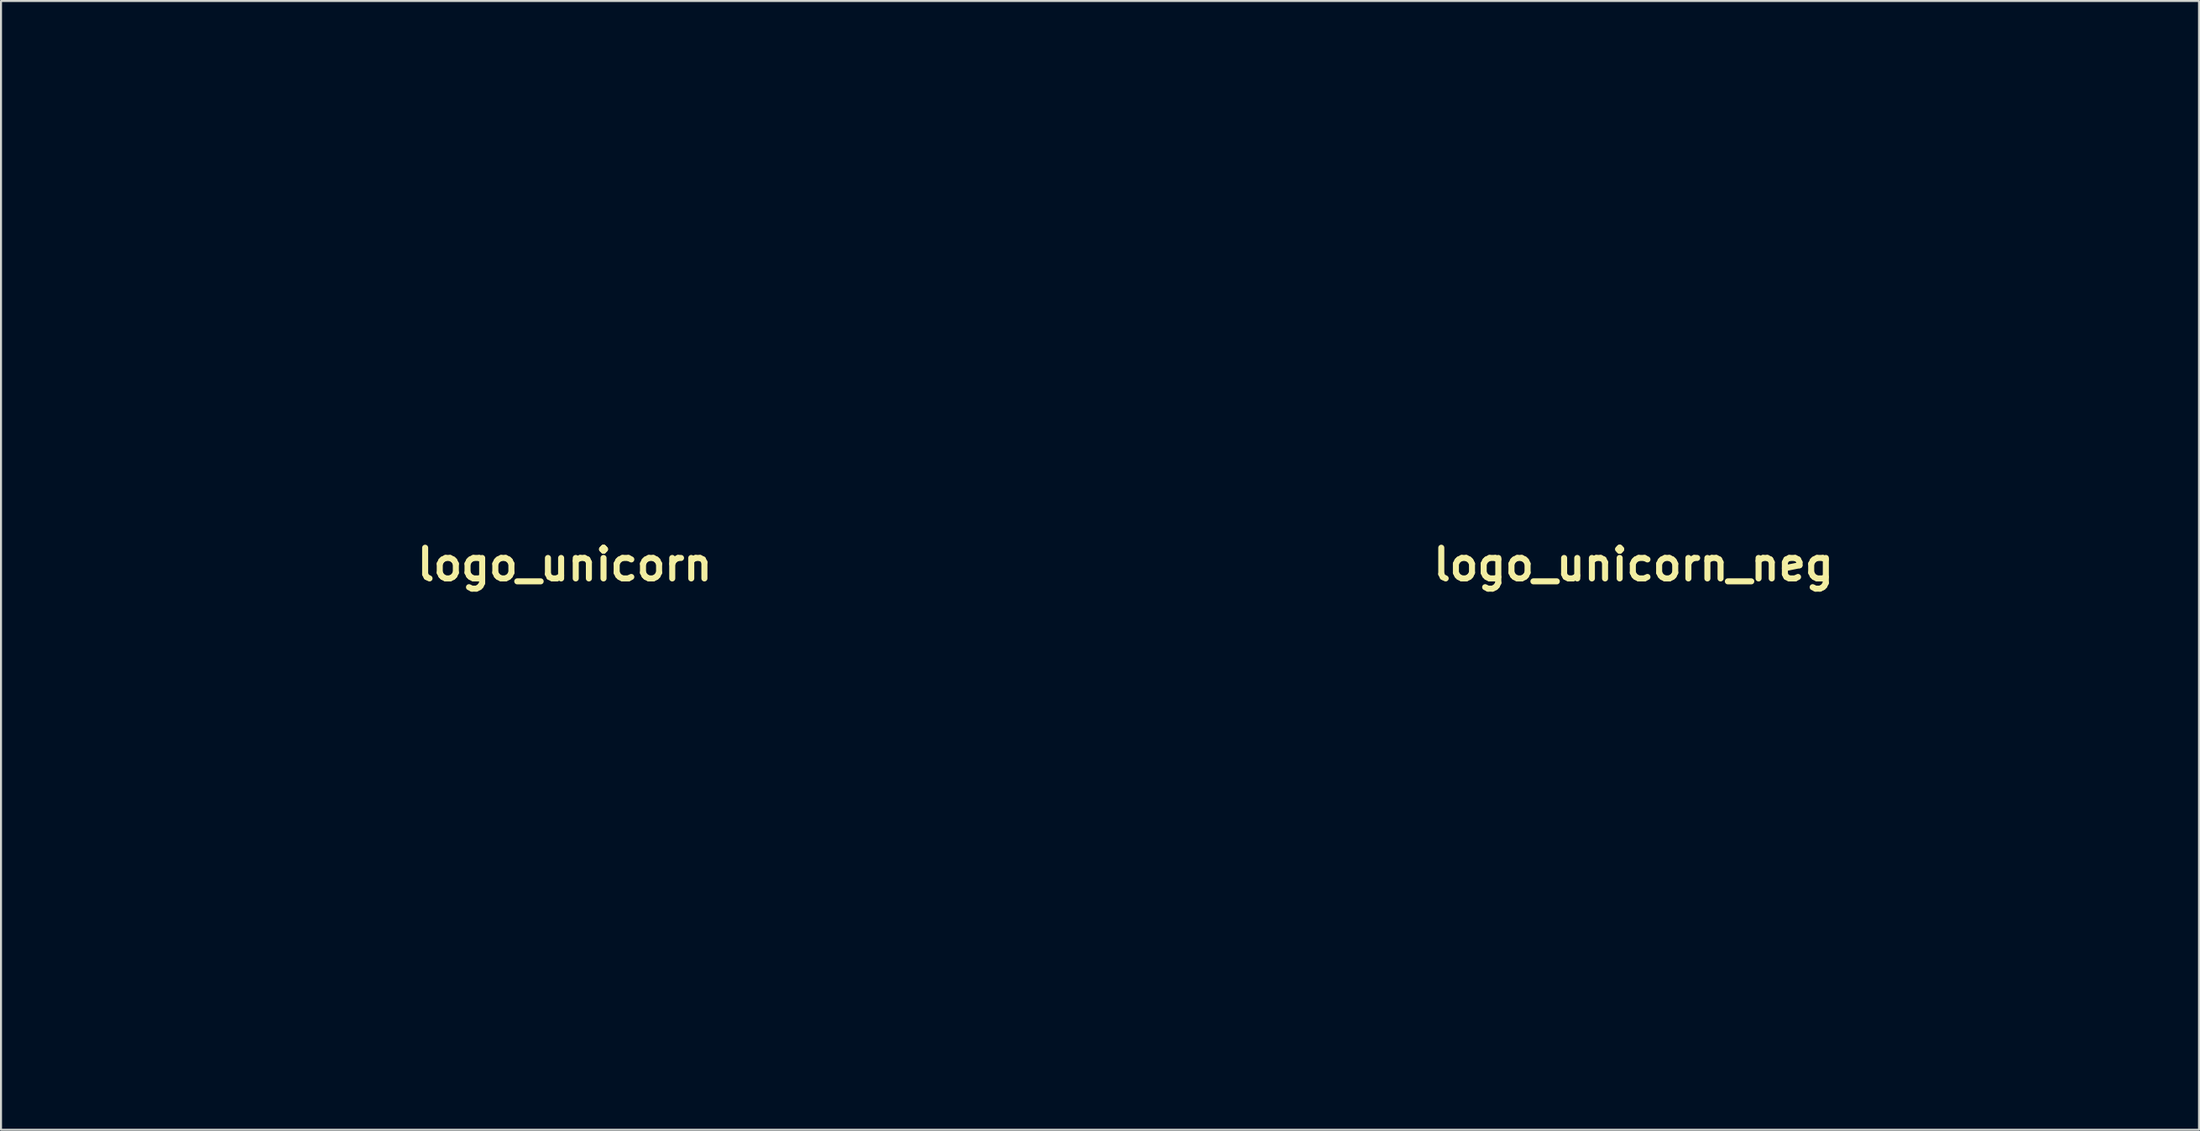
<source format=kicad_pcb>
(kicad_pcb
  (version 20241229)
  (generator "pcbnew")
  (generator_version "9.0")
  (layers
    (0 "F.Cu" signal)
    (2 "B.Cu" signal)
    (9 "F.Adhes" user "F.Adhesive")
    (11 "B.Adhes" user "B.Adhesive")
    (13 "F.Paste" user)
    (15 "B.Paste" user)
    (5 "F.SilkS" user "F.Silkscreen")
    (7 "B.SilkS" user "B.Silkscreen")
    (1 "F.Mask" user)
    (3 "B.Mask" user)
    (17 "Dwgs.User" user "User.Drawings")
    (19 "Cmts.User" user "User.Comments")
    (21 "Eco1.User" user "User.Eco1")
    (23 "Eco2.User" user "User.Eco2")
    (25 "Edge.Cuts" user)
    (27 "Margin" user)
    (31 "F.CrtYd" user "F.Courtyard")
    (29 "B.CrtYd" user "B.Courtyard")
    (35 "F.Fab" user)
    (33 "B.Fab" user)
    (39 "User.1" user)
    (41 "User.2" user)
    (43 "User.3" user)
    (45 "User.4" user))
  (footprint "logo_unicorn_neg"
    (layer "F.Cu")
    (at 78.03 24.982)
    (property "Reference" "logo_unicorn_neg" (at 0 0 0) (layer "F.SilkS") (effects (font (size 1.524 1.524) (thickness 0.3))))
    (attr through_hole)
    (fp_poly (pts (xy 11.251 -5.464) (xy 11.337 -5.349) (xy 11.411 -5.141) (xy 11.481 -4.829) (xy 11.538 -4.473) (xy 11.573 -4.131) (xy 11.578 -3.864) (xy 11.567 -3.775) (xy 11.499 -3.623) (xy 11.361 -3.563) (xy 11.217 -3.556) (xy 11.017 -3.572) (xy 10.932 -3.647) (xy 10.912 -3.789) (xy 10.906 -4.3) (xy 10.931 -4.741) (xy 10.983 -5.096) (xy 11.056 -5.346) (xy 11.147 -5.474) (xy 11.251 -5.464)) (stroke (width 0.01) (type solid)) (fill yes) (layer "F.Mask"))
    (fp_poly (pts (xy 25.061 25.061) (xy -24.977 25.061) (xy -24.977 17.926) (xy -16.41 17.926) (xy -16.342 17.949) (xy -16.334 17.949) (xy -16.184 17.896) (xy -15.94 17.75) (xy -15.631 17.534) (xy -15.288 17.27) (xy -14.941 16.98) (xy -14.678 16.741) (xy -14.08 16.065) (xy -13.628 15.309) (xy -13.332 14.52) (xy -13.172 14.001) (xy -13.034 13.643) (xy -12.914 13.437) (xy -12.818 13.377) (xy -12.728 13.448) (xy -12.707 13.661) (xy -12.753 14.022) (xy -12.828 14.374) (xy -12.989 14.913) (xy -13.225 15.447) (xy -13.548 15.996) (xy -13.973 16.583) (xy -14.513 17.23) (xy -14.981 17.744) (xy -15.393 18.192) (xy -15.7 18.55) (xy -15.919 18.844) (xy -16.066 19.103) (xy -16.159 19.353) (xy -16.213 19.621) (xy -16.232 19.775) (xy -16.247 20.073) (xy -16.209 20.211) (xy -16.11 20.193) (xy -15.946 20.022) (xy -15.882 19.941) (xy -15.639 19.684) (xy -15.309 19.451) (xy -14.867 19.228) (xy -14.287 18.998) (xy -14.182 18.96) (xy -13.776 18.805) (xy -13.292 18.6) (xy -12.802 18.377) (xy -12.51 18.235) (xy -12.16 18.065) (xy -11.872 17.935) (xy -11.676 17.858) (xy -11.599 17.846) (xy -11.599 17.847) (xy -11.654 17.998) (xy -11.805 18.242) (xy -12.029 18.551) (xy -12.306 18.894) (xy -12.614 19.243) (xy -12.705 19.34) (xy -12.943 19.601) (xy -13.115 19.811) (xy -13.202 19.945) (xy -13.198 19.981) (xy -13.013 19.937) (xy -12.731 19.817) (xy -12.392 19.644) (xy -12.037 19.441) (xy -11.708 19.228) (xy -11.529 19.096) (xy -10.923 18.524) (xy -10.395 17.837) (xy -10.089 17.307) (xy -9.816 16.707) (xy -9.619 16.127) (xy -9.49 15.527) (xy -9.423 14.867) (xy -9.41 14.106) (xy -9.425 13.611) (xy -9.438 13.173) (xy -9.442 12.802) (xy -9.435 12.528) (xy -9.419 12.379) (xy -9.408 12.361) (xy -9.29 12.43) (xy -9.137 12.605) (xy -8.986 12.841) (xy -8.973 12.867) (xy -8.923 13.037) (xy -8.874 13.331) (xy -8.833 13.7) (xy -8.814 13.967) (xy -8.785 14.345) (xy -8.747 14.639) (xy -8.707 14.819) (xy -8.678 14.859) (xy -8.599 14.777) (xy -8.519 14.54) (xy -8.44 14.164) (xy -8.366 13.664) (xy -8.3 13.054) (xy -8.291 12.948) (xy -8.25 12.332) (xy -8.248 11.757) (xy -8.286 11.183) (xy -8.371 10.571) (xy -8.505 9.883) (xy -8.694 9.079) (xy -8.72 8.975) (xy -8.901 8.236) (xy -9.034 7.642) (xy -9.123 7.178) (xy -9.169 6.827) (xy -9.176 6.573) (xy -9.147 6.4) (xy -9.142 6.388) (xy -9.053 6.225) (xy -8.954 6.205) (xy -8.831 6.335) (xy -8.677 6.607) (xy -8.498 6.942) (xy -8.285 7.3) (xy -8.024 7.706) (xy -7.699 8.183) (xy -7.294 8.754) (xy -6.981 9.186) (xy -6.57 9.752) (xy -6.249 10.203) (xy -6.007 10.56) (xy -5.833 10.844) (xy -5.715 11.076) (xy -5.642 11.276) (xy -5.604 11.466) (xy -5.59 11.667) (xy -5.588 11.838) (xy -5.623 12.349) (xy -5.742 12.831) (xy -5.808 13.014) (xy -5.991 13.518) (xy -6.106 13.917) (xy -6.159 14.257) (xy -6.156 14.587) (xy -6.103 14.951) (xy -6.08 15.069) (xy -6.027 15.307) (xy -5.964 15.542) (xy -5.883 15.798) (xy -5.775 16.099) (xy -5.631 16.469) (xy -5.442 16.933) (xy -5.199 17.514) (xy -5.033 17.907) (xy -4.907 18.211) (xy -4.818 18.46) (xy -4.756 18.695) (xy -4.715 18.959) (xy -4.686 19.293) (xy -4.662 19.74) (xy -4.653 19.939) (xy -4.61 20.608) (xy -4.551 21.117) (xy -4.476 21.464) (xy -4.384 21.646) (xy -4.323 21.675) (xy -4.231 21.749) (xy -4.122 21.938) (xy -4.019 22.191) (xy -3.946 22.461) (xy -3.939 22.501) (xy -3.882 22.736) (xy -3.779 22.888) (xy -3.594 22.984) (xy -3.292 23.05) (xy -3.133 23.072) (xy -2.778 23.132) (xy -2.504 23.215) (xy -2.222 23.353) (xy -2.117 23.413) (xy -1.928 23.475) (xy -1.641 23.517) (xy -1.297 23.54) (xy -0.94 23.543) (xy -0.613 23.526) (xy -0.356 23.489) (xy -0.214 23.432) (xy -0.201 23.414) (xy -0.232 23.303) (xy -0.35 23.073) (xy -0.544 22.742) (xy -0.806 22.329) (xy -1.086 21.904) (xy -1.753 20.88) (xy -2.303 19.958) (xy -2.744 19.12) (xy -3.082 18.35) (xy -3.323 17.633) (xy -3.474 16.952) (xy -3.541 16.291) (xy -3.534 15.689) (xy -3.491 15.286) (xy -3.407 14.915) (xy -3.268 14.546) (xy -3.06 14.147) (xy -2.768 13.689) (xy -2.378 13.141) (xy -2.299 13.033) (xy -1.564 11.997) (xy -0.932 11.009) (xy -0.413 10.084) (xy -0.013 9.238) (xy 0.171 8.76) (xy 0.296 8.195) (xy 0.332 7.505) (xy 0.278 6.711) (xy 0.185 6.096) (xy 0.124 5.723) (xy 0.083 5.393) (xy 0.067 5.155) (xy 0.07 5.084) (xy 0.142 4.953) (xy 0.333 4.711) (xy 0.637 4.366) (xy 1.049 3.923) (xy 1.564 3.388) (xy 1.769 3.179) (xy 2.533 2.389) (xy 3.191 1.68) (xy 3.763 1.022) (xy 4.273 0.385) (xy 4.742 -0.258) (xy 5.193 -0.938) (xy 5.647 -1.684) (xy 6.126 -2.524) (xy 6.233 -2.716) (xy 6.59 -3.338) (xy 6.908 -3.827) (xy 7.21 -4.209) (xy 7.517 -4.508) (xy 7.853 -4.75) (xy 8.239 -4.96) (xy 8.251 -4.965) (xy 8.733 -5.159) (xy 9.137 -5.242) (xy 9.446 -5.212) (xy 9.6 -5.119) (xy 9.75 -4.874) (xy 9.852 -4.516) (xy 9.903 -4.096) (xy 9.901 -3.667) (xy 9.841 -3.278) (xy 9.728 -2.991) (xy 9.602 -2.706) (xy 9.602 -2.424) (xy 9.602 -2.422) (xy 9.612 -2.184) (xy 9.513 -2.033) (xy 9.278 -1.933) (xy 9.205 -1.915) (xy 8.964 -1.81) (xy 8.803 -1.691) (xy 8.682 -1.466) (xy 8.636 -1.144) (xy 8.657 -0.78) (xy 8.741 -0.428) (xy 8.882 -0.14) (xy 8.985 -0.027) (xy 9.118 0.021) (xy 9.303 -0.026) (xy 9.552 -0.175) (xy 9.877 -0.434) (xy 10.288 -0.81) (xy 10.67 -1.184) (xy 11.137 -1.662) (xy 11.544 -2.108) (xy 11.928 -2.566) (xy 12.322 -3.076) (xy 12.762 -3.682) (xy 12.858 -3.818) (xy 13.133 -4.207) (xy 12.621 -5.427) (xy 12.376 -6.006) (xy 12.185 -6.447) (xy 12.038 -6.77) (xy 11.923 -6.993) (xy 11.832 -7.136) (xy 11.752 -7.217) (xy 11.675 -7.255) (xy 11.622 -7.266) (xy 11.509 -7.311) (xy 11.419 -7.429) (xy 11.338 -7.648) (xy 11.253 -7.997) (xy 11.222 -8.143) (xy 11.093 -8.446) (xy 10.864 -8.716) (xy 10.587 -8.898) (xy 10.463 -8.937) (xy 10.272 -8.939) (xy 10.024 -8.879) (xy 9.702 -8.747) (xy 9.287 -8.537) (xy 8.761 -8.241) (xy 8.412 -8.033) (xy 7.964 -7.775) (xy 7.629 -7.617) (xy 7.385 -7.56) (xy 7.21 -7.602) (xy 7.079 -7.745) (xy 6.971 -7.989) (xy 6.952 -8.043) (xy 6.764 -8.458) (xy 6.486 -8.83) (xy 6.097 -9.177) (xy 5.579 -9.517) (xy 5.015 -9.817) (xy 4.092 -10.353) (xy 3.278 -10.991) (xy 2.586 -11.717) (xy 2.028 -12.517) (xy 1.618 -13.376) (xy 1.522 -13.656) (xy 1.423 -13.969) (xy 1.373 -14.183) (xy 1.393 -14.313) (xy 1.504 -14.379) (xy 1.728 -14.396) (xy 2.086 -14.384) (xy 2.392 -14.368) (xy 3.089 -14.319) (xy 3.737 -14.246) (xy 4.31 -14.155) (xy 4.779 -14.048) (xy 5.117 -13.932) (xy 5.212 -13.882) (xy 5.59 -13.741) (xy 5.988 -13.757) (xy 6.38 -13.922) (xy 6.701 -14.192) (xy 6.927 -14.544) (xy 6.993 -14.922) (xy 6.917 -15.252) (xy 6.786 -15.497) (xy 6.603 -15.697) (xy 6.333 -15.884) (xy 5.938 -16.088) (xy 5.918 -16.097) (xy 5.5 -16.307) (xy 5.036 -16.562) (xy 4.546 -16.847) (xy 4.054 -17.147) (xy 3.582 -17.449) (xy 3.151 -17.738) (xy 2.785 -17.999) (xy 2.504 -18.219) (xy 2.459 -18.26) (xy 3.689 -18.26) (xy 3.733 -18.197) (xy 3.739 -18.193) (xy 3.922 -18.127) (xy 3.979 -18.121) (xy 4.166 -18.165) (xy 4.219 -18.193) (xy 4.253 -18.26) (xy 4.164 -18.311) (xy 4.002 -18.333) (xy 3.813 -18.313) (xy 3.803 -18.311) (xy 3.689 -18.26) (xy 2.459 -18.26) (xy 2.331 -18.382) (xy 2.286 -18.461) (xy 2.365 -18.506) (xy 2.591 -18.505) (xy 2.731 -18.489) (xy 2.982 -18.461) (xy 3.097 -18.466) (xy 3.102 -18.513) (xy 3.067 -18.56) (xy 3.012 -18.665) (xy 3.096 -18.726) (xy 3.152 -18.742) (xy 3.337 -18.77) (xy 3.623 -18.791) (xy 3.895 -18.799) (xy 4.242 -18.819) (xy 4.571 -18.867) (xy 4.758 -18.915) (xy 4.933 -19.002) (xy 5.163 -19.146) (xy 5.412 -19.321) (xy 5.642 -19.5) (xy 5.819 -19.654) (xy 5.904 -19.756) (xy 5.904 -19.778) (xy 5.822 -19.755) (xy 5.626 -19.667) (xy 5.352 -19.532) (xy 5.221 -19.465) (xy 4.679 -19.219) (xy 4.217 -19.09) (xy 4.125 -19.078) (xy 3.864 -19.073) (xy 3.519 -19.094) (xy 3.131 -19.134) (xy 2.744 -19.189) (xy 2.4 -19.251) (xy 2.141 -19.316) (xy 2.011 -19.376) (xy 1.983 -19.467) (xy 2.002 -19.649) (xy 2.072 -19.932) (xy 2.196 -20.328) (xy 2.379 -20.851) (xy 2.624 -21.511) (xy 2.763 -21.876) (xy 2.981 -22.452) (xy 3.138 -22.886) (xy 3.233 -23.176) (xy 3.263 -23.322) (xy 3.226 -23.323) (xy 3.122 -23.177) (xy 2.947 -22.883) (xy 2.7 -22.441) (xy 2.379 -21.849) (xy 2.24 -21.59) (xy 1.985 -21.121) (xy 1.724 -20.652) (xy 1.481 -20.228) (xy 1.28 -19.892) (xy 1.211 -19.782) (xy 1.039 -19.511) (xy 0.913 -19.343) (xy 0.79 -19.262) (xy 0.624 -19.25) (xy 0.373 -19.293) (xy 0.058 -19.36) (xy -0.097 -19.383) (xy -0.152 -19.334) (xy -0.136 -19.172) (xy -0.123 -19.103) (xy -0.104 -18.905) (xy -0.127 -18.801) (xy -0.139 -18.796) (xy -0.242 -18.842) (xy -0.436 -18.96) (xy -0.629 -19.092) (xy -0.977 -19.302) (xy -1.239 -19.377) (xy -1.408 -19.319) (xy -1.478 -19.13) (xy -1.465 -18.919) (xy -1.446 -18.736) (xy -1.5 -18.646) (xy -1.666 -18.598) (xy -1.747 -18.585) (xy -2.408 -18.44) (xy -3.088 -18.225) (xy -3.744 -17.958) (xy -4.334 -17.658) (xy -4.817 -17.341) (xy -4.995 -17.191) (xy -5.189 -17.003) (xy -5.256 -16.916) (xy -5.194 -16.931) (xy -5 -17.048) (xy -4.762 -17.206) (xy -4.474 -17.385) (xy -4.201 -17.528) (xy -3.977 -17.62) (xy -3.838 -17.646) (xy -3.81 -17.619) (xy -3.872 -17.537) (xy -4.038 -17.373) (xy -4.282 -17.156) (xy -4.508 -16.965) (xy -5.255 -16.305) (xy -5.976 -15.586) (xy -6.642 -14.841) (xy -7.223 -14.104) (xy -7.691 -13.406) (xy -7.773 -13.266) (xy -7.992 -12.873) (xy -8.12 -12.616) (xy -8.155 -12.49) (xy -8.097 -12.489) (xy -7.943 -12.606) (xy -7.695 -12.834) (xy -7.217 -13.273) (xy -6.804 -13.609) (xy -6.419 -13.873) (xy -6.035 -14.086) (xy -5.692 -14.236) (xy -5.434 -14.302) (xy -5.282 -14.281) (xy -5.249 -14.214) (xy -5.305 -14.123) (xy -5.46 -13.935) (xy -5.694 -13.671) (xy -5.987 -13.353) (xy -6.202 -13.126) (xy -6.789 -12.485) (xy -7.249 -11.916) (xy -7.577 -11.428) (xy -7.752 -11.07) (xy -7.78 -10.94) (xy -7.721 -10.942) (xy -7.583 -11.071) (xy -7.373 -11.32) (xy -7.236 -11.497) (xy -6.95 -11.847) (xy -6.731 -12.053) (xy -6.589 -12.12) (xy -6.532 -12.051) (xy -6.569 -11.85) (xy -6.709 -11.519) (xy -6.808 -11.327) (xy -6.959 -11.021) (xy -7.141 -10.593) (xy -7.361 -10.034) (xy -7.62 -9.334) (xy -7.924 -8.484) (xy -8.004 -8.255) (xy -7.986 -8.222) (xy -7.881 -8.301) (xy -7.718 -8.467) (xy -7.373 -8.848) (xy -7.371 -8.467) (xy -7.443 -7.993) (xy -7.664 -7.465) (xy -7.954 -6.991) (xy -8.128 -6.715) (xy -8.2 -6.548) (xy -8.171 -6.498) (xy -8.043 -6.572) (xy -7.906 -6.693) (xy -7.598 -6.985) (xy -7.648 -6.054) (xy -7.68 -5.537) (xy -7.725 -5.139) (xy -7.801 -4.821) (xy -7.925 -4.544) (xy -8.115 -4.268) (xy -8.39 -3.953) (xy -8.767 -3.56) (xy -8.784 -3.542) (xy -9.089 -3.225) (xy -9.34 -2.956) (xy -9.52 -2.754) (xy -9.609 -2.642) (xy -9.612 -2.625) (xy -9.46 -2.675) (xy -9.209 -2.814) (xy -8.889 -3.018) (xy -8.53 -3.266) (xy -8.163 -3.538) (xy -7.819 -3.811) (xy -7.529 -4.065) (xy -7.444 -4.146) (xy -6.98 -4.655) (xy -6.648 -5.144) (xy -6.423 -5.659) (xy -6.283 -6.246) (xy -6.258 -6.409) (xy -6.18 -6.844) (xy -6.094 -7.126) (xy -6.009 -7.253) (xy -5.934 -7.221) (xy -5.877 -7.03) (xy -5.846 -6.677) (xy -5.843 -6.512) (xy -5.853 -6.15) (xy -5.892 -5.83) (xy -5.973 -5.531) (xy -6.109 -5.229) (xy -6.312 -4.904) (xy -6.594 -4.532) (xy -6.968 -4.093) (xy -7.446 -3.563) (xy -7.609 -3.387) (xy -8.103 -2.845) (xy -8.49 -2.405) (xy -8.783 -2.049) (xy -8.997 -1.76) (xy -9.146 -1.521) (xy -9.176 -1.465) (xy -9.267 -1.209) (xy -9.308 -0.933) (xy -9.297 -0.695) (xy -9.231 -0.552) (xy -9.222 -0.547) (xy -9.125 -0.577) (xy -8.951 -0.707) (xy -8.734 -0.912) (xy -8.693 -0.954) (xy -8.543 -1.11) (xy -8.404 -1.237) (xy -8.253 -1.349) (xy -8.067 -1.456) (xy -7.823 -1.569) (xy -7.498 -1.7) (xy -7.068 -1.859) (xy -6.511 -2.059) (xy -6.242 -2.155) (xy -5.887 -2.293) (xy -5.555 -2.443) (xy -5.311 -2.575) (xy -5.286 -2.592) (xy -5.028 -2.74) (xy -4.872 -2.776) (xy -4.812 -2.716) (xy -4.842 -2.576) (xy -4.954 -2.374) (xy -5.144 -2.128) (xy -5.404 -1.852) (xy -5.637 -1.642) (xy -6.048 -1.292) (xy -6.342 -1.033) (xy -6.535 -0.852) (xy -6.642 -0.732) (xy -6.678 -0.66) (xy -6.667 -0.627) (xy -6.569 -0.636) (xy -6.357 -0.711) (xy -6.063 -0.837) (xy -5.821 -0.953) (xy -5.072 -1.396) (xy -4.454 -1.923) (xy -3.952 -2.553) (xy -3.548 -3.305) (xy -3.342 -3.831) (xy -3.221 -4.118) (xy -3.115 -4.238) (xy -3.033 -4.195) (xy -2.981 -3.991) (xy -2.963 -3.659) (xy -2.978 -3.307) (xy -3.036 -3.012) (xy -3.155 -2.693) (xy -3.247 -2.494) (xy -3.44 -2.13) (xy -3.671 -1.774) (xy -3.957 -1.407) (xy -4.316 -1.009) (xy -4.765 -0.561) (xy -5.32 -0.043) (xy -5.782 0.371) (xy -6.379 0.907) (xy -6.867 1.362) (xy -7.27 1.762) (xy -7.612 2.132) (xy -7.914 2.498) (xy -8.201 2.886) (xy -8.496 3.322) (xy -8.584 3.456) (xy -8.897 3.914) (xy -9.163 4.247) (xy -9.37 4.444) (xy -9.413 4.471) (xy -9.618 4.593) (xy -9.899 4.774) (xy -10.194 4.975) (xy -10.768 5.371) (xy -11.234 5.683) (xy -11.619 5.926) (xy -11.951 6.117) (xy -12.257 6.274) (xy -12.565 6.411) (xy -12.568 6.413) (xy -12.882 6.548) (xy -13.135 6.664) (xy -13.287 6.742) (xy -13.31 6.758) (xy -13.269 6.785) (xy -13.101 6.793) (xy -12.939 6.786) (xy -12.686 6.781) (xy -12.577 6.816) (xy -12.616 6.895) (xy -12.807 7.025) (xy -13.152 7.211) (xy -13.198 7.234) (xy -13.575 7.456) (xy -13.94 7.728) (xy -14.271 8.027) (xy -14.55 8.33) (xy -14.754 8.614) (xy -14.865 8.857) (xy -14.863 9.036) (xy -14.835 9.075) (xy -14.688 9.137) (xy -14.551 9.05) (xy -14.448 8.838) (xy -14.428 8.75) (xy -14.293 8.421) (xy -14.008 8.048) (xy -13.981 8.019) (xy -13.721 7.763) (xy -13.479 7.565) (xy -13.282 7.442) (xy -13.156 7.412) (xy -13.123 7.461) (xy -13.156 7.572) (xy -13.247 7.804) (xy -13.381 8.127) (xy -13.547 8.508) (xy -13.581 8.585) (xy -13.763 9.001) (xy -13.927 9.393) (xy -14.056 9.719) (xy -14.133 9.937) (xy -14.137 9.948) (xy -14.167 10.126) (xy -14.2 10.445) (xy -14.234 10.878) (xy -14.267 11.398) (xy -14.296 11.978) (xy -14.315 12.436) (xy -14.352 13.312) (xy -14.395 14.041) (xy -14.45 14.644) (xy -14.525 15.143) (xy -14.625 15.559) (xy -14.758 15.914) (xy -14.93 16.23) (xy -15.148 16.528) (xy -15.417 16.831) (xy -15.746 17.159) (xy -15.754 17.166) (xy -16.08 17.487) (xy -16.29 17.71) (xy -16.396 17.851) (xy -16.41 17.926) (xy -24.977 17.926) (xy -24.977 -24.977) (xy 25.061 -24.977) (xy 25.061 25.061)) (stroke (width 0.01) (type solid)) (fill yes) (layer "F.Mask")))
  (footprint "logo_unicorn"
    (layer "F.Cu")
    (at 24.982 24.982)
    (property "Reference" "logo_unicorn" (at 0 0 0) (layer "F.SilkS") (effects (font (size 1.524 1.524) (thickness 0.3))))
    (attr through_hole)
    (fp_poly (pts (xy 25.061 25.061) (xy -24.977 25.061) (xy -24.977 -24.977) (xy 25.061 -24.977) (xy 25.061 25.061)) (stroke (width 0.01) (type solid)) (fill yes) (layer "F.Mask")))
  (gr_rect
    (start -3 -3)
    (end 106.096 53.048)
    (stroke (width 0.1) (type default))
    (fill no)
    (layer "Edge.Cuts")))
</source>
